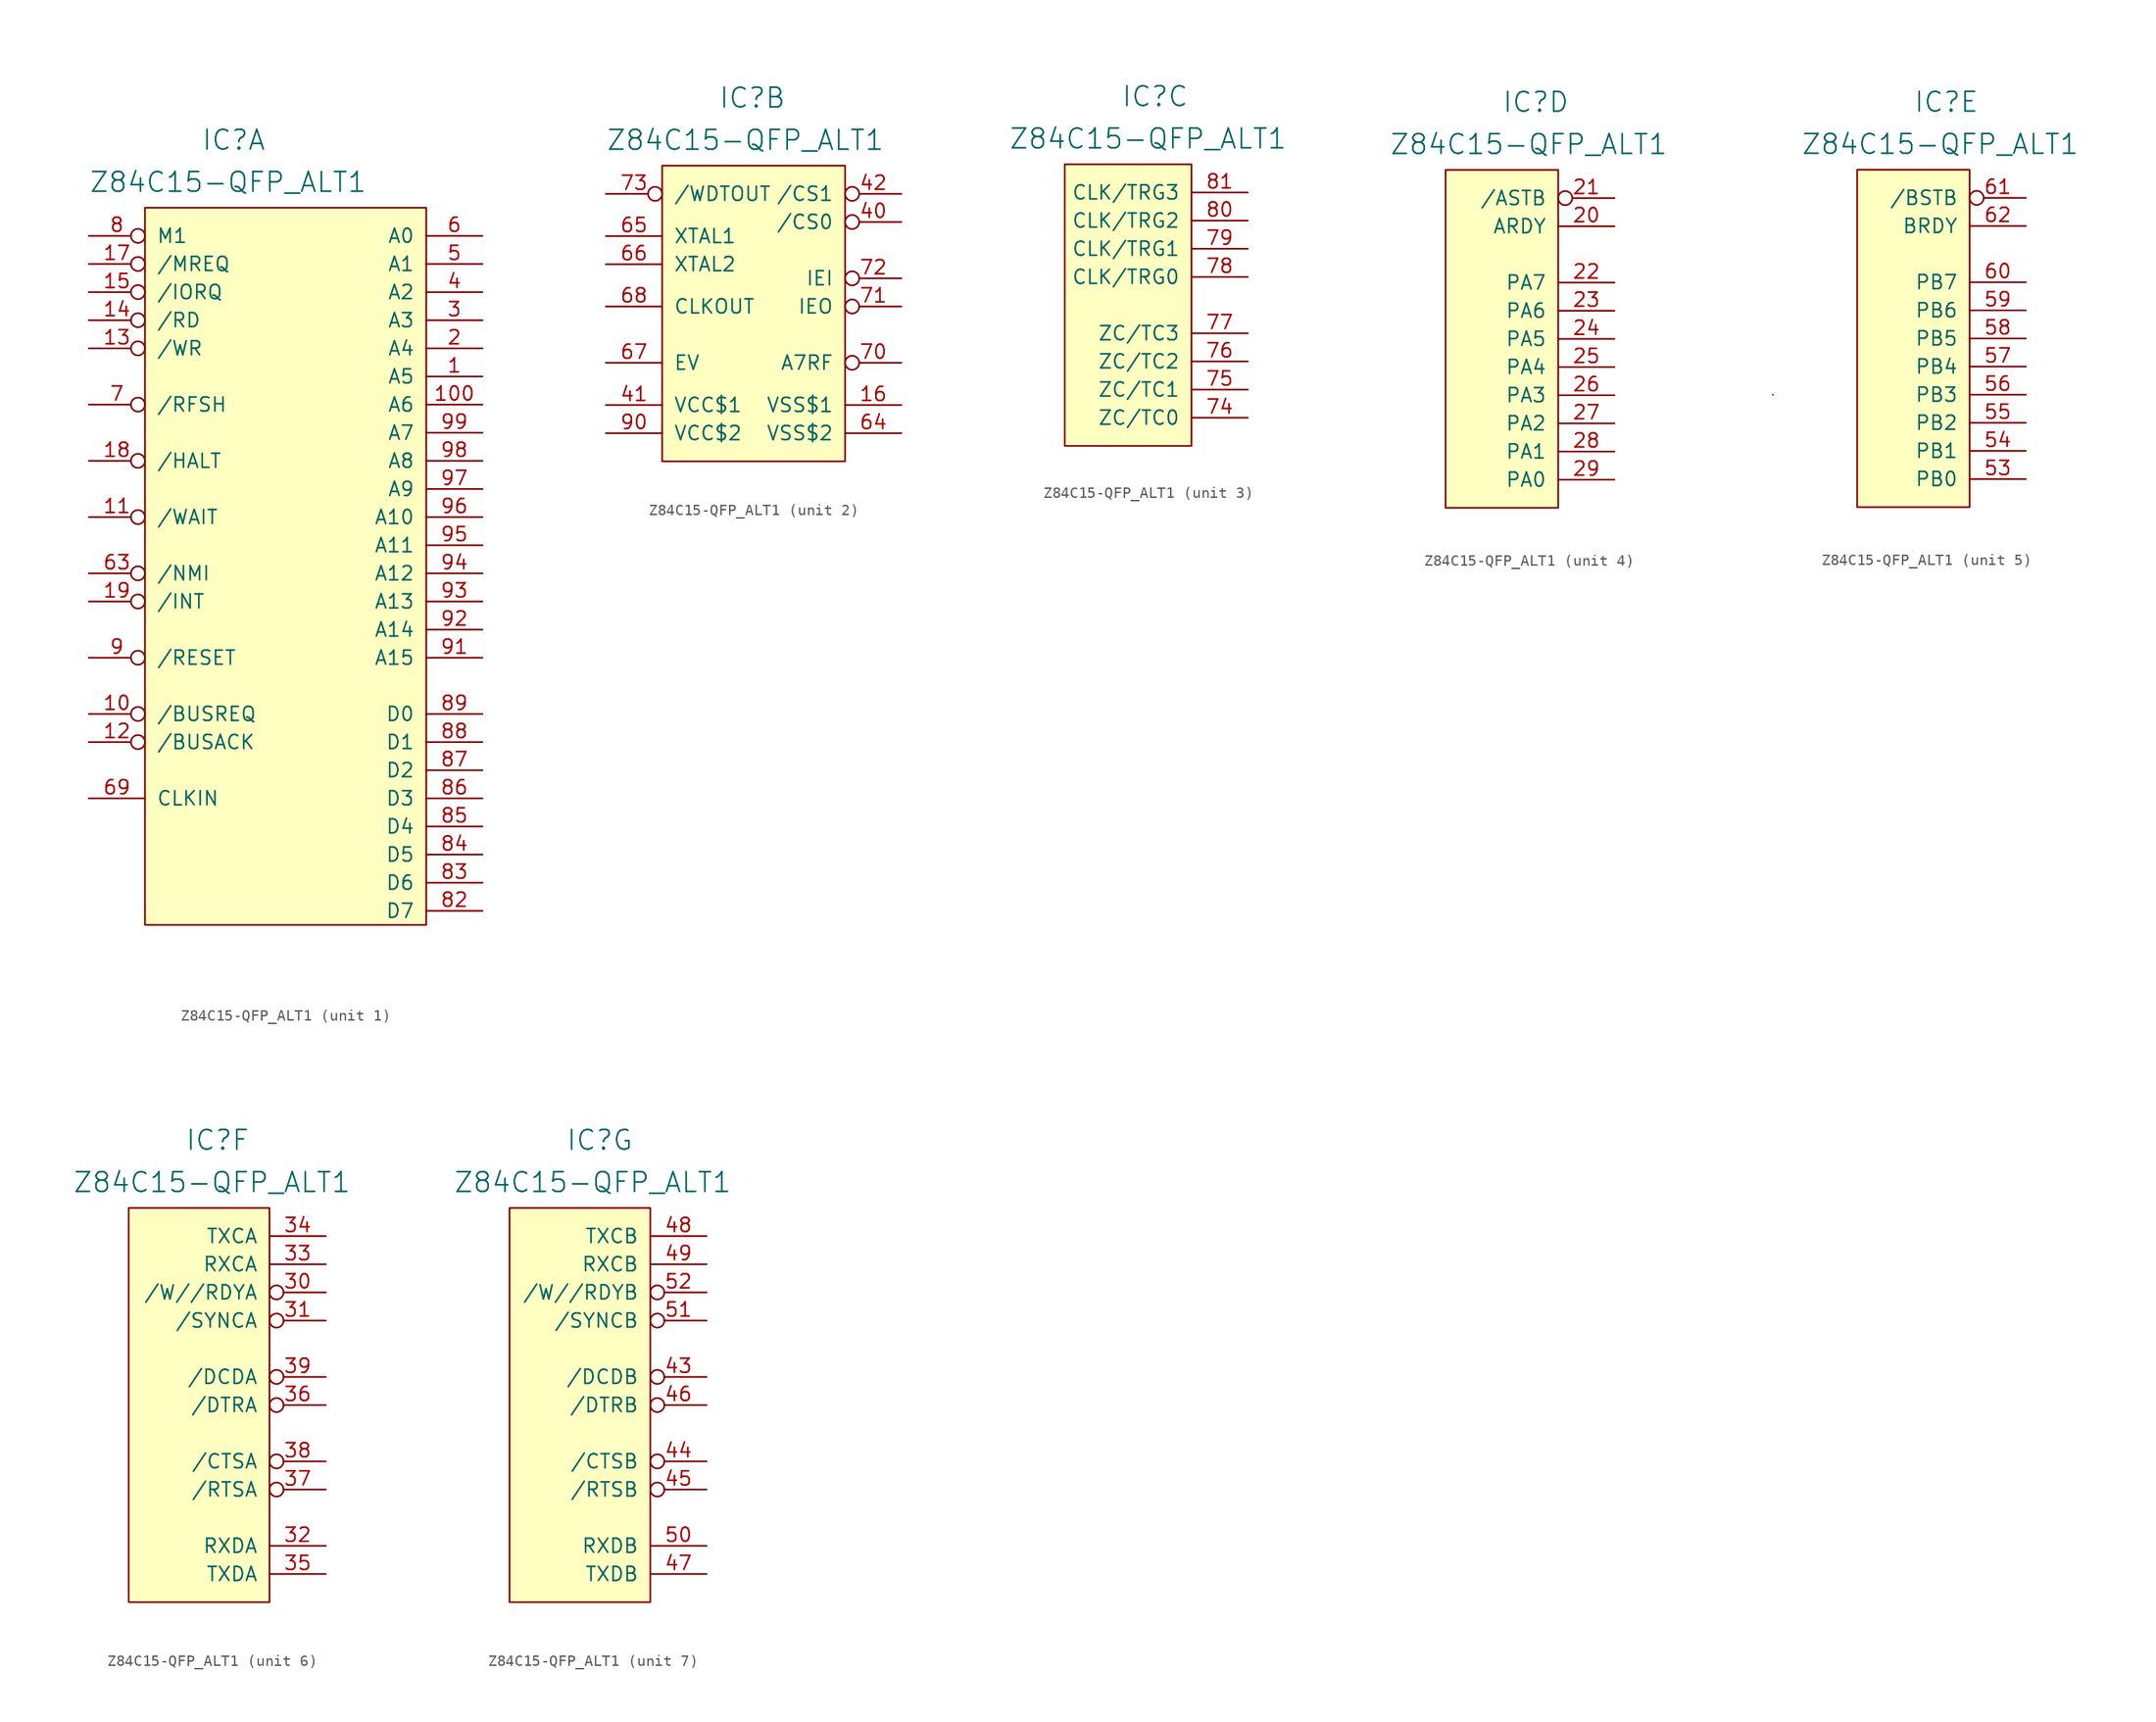
<source format=kicad_sym>
(kicad_symbol_lib
  (version 20211014)
  (generator kicad_symbol_editor)
  (symbol "Z84C15-QFP_ALT1"
    (pin_names
      (offset 1.016))
    (property "Reference" "IC"
      (at 5.08 5.08 0)
      (effects (font (size 1.778 1.778)) (justify left bottom)))
    (property "Value" "Z84C15-QFP_ALT1"
      (at -5.08 1.27 0)
      (effects (font (size 1.778 1.778)) (justify left bottom)))
    (property "ki_locked" ""
      (at 0 0 0)
      (effects (font (size 1.27 1.27))))
    (symbol "Z84C15-QFP_ALT1_1_0"
      (rectangle (start 0 0) (end 25.4 -64.77) (stroke (width 0) (type default) (color 0 0 0 0)) (fill (type background)))
      (pin output line (at 30.48 -15.24 180) (length 5.08) (name "A5" (effects (font (size 1.27 1.27)))) (number "1" (effects (font (size 1.27 1.27)))))
      (pin input inverted (at -5.08 -45.72 0) (length 5.08) (name "/BUSREQ" (effects (font (size 1.27 1.27)))) (number "10" (effects (font (size 1.27 1.27)))))
      (pin output line (at 30.48 -17.78 180) (length 5.08) (name "A6" (effects (font (size 1.27 1.27)))) (number "100" (effects (font (size 1.27 1.27)))))
      (pin bidirectional inverted (at -5.08 -27.94 0) (length 5.08) (name "/WAIT" (effects (font (size 1.27 1.27)))) (number "11" (effects (font (size 1.27 1.27)))))
      (pin tri_state inverted (at -5.08 -48.26 0) (length 5.08) (name "/BUSACK" (effects (font (size 1.27 1.27)))) (number "12" (effects (font (size 1.27 1.27)))))
      (pin output inverted (at -5.08 -12.7 0) (length 5.08) (name "/WR" (effects (font (size 1.27 1.27)))) (number "13" (effects (font (size 1.27 1.27)))))
      (pin output inverted (at -5.08 -10.16 0) (length 5.08) (name "/RD" (effects (font (size 1.27 1.27)))) (number "14" (effects (font (size 1.27 1.27)))))
      (pin output inverted (at -5.08 -7.62 0) (length 5.08) (name "/IORQ" (effects (font (size 1.27 1.27)))) (number "15" (effects (font (size 1.27 1.27)))))
      (pin output inverted (at -5.08 -5.08 0) (length 5.08) (name "/MREQ" (effects (font (size 1.27 1.27)))) (number "17" (effects (font (size 1.27 1.27)))))
      (pin tri_state inverted (at -5.08 -22.86 0) (length 5.08) (name "/HALT" (effects (font (size 1.27 1.27)))) (number "18" (effects (font (size 1.27 1.27)))))
      (pin open_collector inverted (at -5.08 -35.56 0) (length 5.08) (name "/INT" (effects (font (size 1.27 1.27)))) (number "19" (effects (font (size 1.27 1.27)))))
      (pin output line (at 30.48 -12.7 180) (length 5.08) (name "A4" (effects (font (size 1.27 1.27)))) (number "2" (effects (font (size 1.27 1.27)))))
      (pin output line (at 30.48 -10.16 180) (length 5.08) (name "A3" (effects (font (size 1.27 1.27)))) (number "3" (effects (font (size 1.27 1.27)))))
      (pin output line (at 30.48 -7.62 180) (length 5.08) (name "A2" (effects (font (size 1.27 1.27)))) (number "4" (effects (font (size 1.27 1.27)))))
      (pin output line (at 30.48 -5.08 180) (length 5.08) (name "A1" (effects (font (size 1.27 1.27)))) (number "5" (effects (font (size 1.27 1.27)))))
      (pin output line (at 30.48 -2.54 180) (length 5.08) (name "A0" (effects (font (size 1.27 1.27)))) (number "6" (effects (font (size 1.27 1.27)))))
      (pin input inverted (at -5.08 -33.02 0) (length 5.08) (name "/NMI" (effects (font (size 1.27 1.27)))) (number "63" (effects (font (size 1.27 1.27)))))
      (pin input line (at -5.08 -53.34 0) (length 5.08) (name "CLKIN" (effects (font (size 1.27 1.27)))) (number "69" (effects (font (size 1.27 1.27)))))
      (pin tri_state inverted (at -5.08 -17.78 0) (length 5.08) (name "/RFSH" (effects (font (size 1.27 1.27)))) (number "7" (effects (font (size 1.27 1.27)))))
      (pin output inverted (at -5.08 -2.54 0) (length 5.08) (name "M1" (effects (font (size 1.27 1.27)))) (number "8" (effects (font (size 1.27 1.27)))))
      (pin bidirectional line (at 30.48 -63.5 180) (length 5.08) (name "D7" (effects (font (size 1.27 1.27)))) (number "82" (effects (font (size 1.27 1.27)))))
      (pin bidirectional line (at 30.48 -60.96 180) (length 5.08) (name "D6" (effects (font (size 1.27 1.27)))) (number "83" (effects (font (size 1.27 1.27)))))
      (pin bidirectional line (at 30.48 -58.42 180) (length 5.08) (name "D5" (effects (font (size 1.27 1.27)))) (number "84" (effects (font (size 1.27 1.27)))))
      (pin bidirectional line (at 30.48 -55.88 180) (length 5.08) (name "D4" (effects (font (size 1.27 1.27)))) (number "85" (effects (font (size 1.27 1.27)))))
      (pin bidirectional line (at 30.48 -53.34 180) (length 5.08) (name "D3" (effects (font (size 1.27 1.27)))) (number "86" (effects (font (size 1.27 1.27)))))
      (pin bidirectional line (at 30.48 -50.8 180) (length 5.08) (name "D2" (effects (font (size 1.27 1.27)))) (number "87" (effects (font (size 1.27 1.27)))))
      (pin bidirectional line (at 30.48 -48.26 180) (length 5.08) (name "D1" (effects (font (size 1.27 1.27)))) (number "88" (effects (font (size 1.27 1.27)))))
      (pin bidirectional line (at 30.48 -45.72 180) (length 5.08) (name "D0" (effects (font (size 1.27 1.27)))) (number "89" (effects (font (size 1.27 1.27)))))
      (pin open_collector inverted (at -5.08 -40.64 0) (length 5.08) (name "/RESET" (effects (font (size 1.27 1.27)))) (number "9" (effects (font (size 1.27 1.27)))))
      (pin output line (at 30.48 -40.64 180) (length 5.08) (name "A15" (effects (font (size 1.27 1.27)))) (number "91" (effects (font (size 1.27 1.27)))))
      (pin output line (at 30.48 -38.1 180) (length 5.08) (name "A14" (effects (font (size 1.27 1.27)))) (number "92" (effects (font (size 1.27 1.27)))))
      (pin output line (at 30.48 -35.56 180) (length 5.08) (name "A13" (effects (font (size 1.27 1.27)))) (number "93" (effects (font (size 1.27 1.27)))))
      (pin output line (at 30.48 -33.02 180) (length 5.08) (name "A12" (effects (font (size 1.27 1.27)))) (number "94" (effects (font (size 1.27 1.27)))))
      (pin output line (at 30.48 -30.48 180) (length 5.08) (name "A11" (effects (font (size 1.27 1.27)))) (number "95" (effects (font (size 1.27 1.27)))))
      (pin output line (at 30.48 -27.94 180) (length 5.08) (name "A10" (effects (font (size 1.27 1.27)))) (number "96" (effects (font (size 1.27 1.27)))))
      (pin output line (at 30.48 -25.4 180) (length 5.08) (name "A9" (effects (font (size 1.27 1.27)))) (number "97" (effects (font (size 1.27 1.27)))))
      (pin output line (at 30.48 -22.86 180) (length 5.08) (name "A8" (effects (font (size 1.27 1.27)))) (number "98" (effects (font (size 1.27 1.27)))))
      (pin output line (at 30.48 -20.32 180) (length 5.08) (name "A7" (effects (font (size 1.27 1.27)))) (number "99" (effects (font (size 1.27 1.27))))))
    (symbol "Z84C15-QFP_ALT1_2_0"
      (rectangle (start 0 0) (end 16.51 -26.67) (stroke (width 0) (type default) (color 0 0 0 0)) (fill (type background)))
      (pin power_in line (at 21.59 -21.59 180) (length 5.08) (name "VSS$1" (effects (font (size 1.27 1.27)))) (number "16" (effects (font (size 1.27 1.27)))))
      (pin output inverted (at 21.59 -5.08 180) (length 5.08) (name "/CS0" (effects (font (size 1.27 1.27)))) (number "40" (effects (font (size 1.27 1.27)))))
      (pin power_in line (at -5.08 -21.59 0) (length 5.08) (name "VCC$1" (effects (font (size 1.27 1.27)))) (number "41" (effects (font (size 1.27 1.27)))))
      (pin output inverted (at 21.59 -2.54 180) (length 5.08) (name "/CS1" (effects (font (size 1.27 1.27)))) (number "42" (effects (font (size 1.27 1.27)))))
      (pin power_in line (at 21.59 -24.13 180) (length 5.08) (name "VSS$2" (effects (font (size 1.27 1.27)))) (number "64" (effects (font (size 1.27 1.27)))))
      (pin input line (at -5.08 -6.35 0) (length 5.08) (name "XTAL1" (effects (font (size 1.27 1.27)))) (number "65" (effects (font (size 1.27 1.27)))))
      (pin output line (at -5.08 -8.89 0) (length 5.08) (name "XTAL2" (effects (font (size 1.27 1.27)))) (number "66" (effects (font (size 1.27 1.27)))))
      (pin input line (at -5.08 -17.78 0) (length 5.08) (name "EV" (effects (font (size 1.27 1.27)))) (number "67" (effects (font (size 1.27 1.27)))))
      (pin output line (at -5.08 -12.7 0) (length 5.08) (name "CLKOUT" (effects (font (size 1.27 1.27)))) (number "68" (effects (font (size 1.27 1.27)))))
      (pin output inverted (at 21.59 -17.78 180) (length 5.08) (name "A7RF" (effects (font (size 1.27 1.27)))) (number "70" (effects (font (size 1.27 1.27)))))
      (pin output inverted (at 21.59 -12.7 180) (length 5.08) (name "IEO" (effects (font (size 1.27 1.27)))) (number "71" (effects (font (size 1.27 1.27)))))
      (pin input inverted (at 21.59 -10.16 180) (length 5.08) (name "IEI" (effects (font (size 1.27 1.27)))) (number "72" (effects (font (size 1.27 1.27)))))
      (pin open_collector inverted (at -5.08 -2.54 0) (length 5.08) (name "/WDTOUT" (effects (font (size 1.27 1.27)))) (number "73" (effects (font (size 1.27 1.27)))))
      (pin power_in line (at -5.08 -24.13 0) (length 5.08) (name "VCC$2" (effects (font (size 1.27 1.27)))) (number "90" (effects (font (size 1.27 1.27))))))
    (symbol "Z84C15-QFP_ALT1_3_0"
      (rectangle (start 0 0) (end 11.43 -25.4) (stroke (width 0) (type default) (color 0 0 0 0)) (fill (type background)))
      (pin output line (at 16.51 -22.86 180) (length 5.08) (name "ZC/TC0" (effects (font (size 1.27 1.27)))) (number "74" (effects (font (size 1.27 1.27)))))
      (pin output line (at 16.51 -20.32 180) (length 5.08) (name "ZC/TC1" (effects (font (size 1.27 1.27)))) (number "75" (effects (font (size 1.27 1.27)))))
      (pin output line (at 16.51 -17.78 180) (length 5.08) (name "ZC/TC2" (effects (font (size 1.27 1.27)))) (number "76" (effects (font (size 1.27 1.27)))))
      (pin output line (at 16.51 -15.24 180) (length 5.08) (name "ZC/TC3" (effects (font (size 1.27 1.27)))) (number "77" (effects (font (size 1.27 1.27)))))
      (pin input line (at 16.51 -10.16 180) (length 5.08) (name "CLK/TRG0" (effects (font (size 1.27 1.27)))) (number "78" (effects (font (size 1.27 1.27)))))
      (pin input line (at 16.51 -7.62 180) (length 5.08) (name "CLK/TRG1" (effects (font (size 1.27 1.27)))) (number "79" (effects (font (size 1.27 1.27)))))
      (pin input line (at 16.51 -5.08 180) (length 5.08) (name "CLK/TRG2" (effects (font (size 1.27 1.27)))) (number "80" (effects (font (size 1.27 1.27)))))
      (pin input line (at 16.51 -2.54 180) (length 5.08) (name "CLK/TRG3" (effects (font (size 1.27 1.27)))) (number "81" (effects (font (size 1.27 1.27))))))
    (symbol "Z84C15-QFP_ALT1_4_0"
      (rectangle (start 0 0) (end 10.16 -30.48) (stroke (width 0) (type default) (color 0 0 0 0)) (fill (type background)))
      (pin output line (at 15.24 -5.08 180) (length 5.08) (name "ARDY" (effects (font (size 1.27 1.27)))) (number "20" (effects (font (size 1.27 1.27)))))
      (pin input inverted (at 15.24 -2.54 180) (length 5.08) (name "/ASTB" (effects (font (size 1.27 1.27)))) (number "21" (effects (font (size 1.27 1.27)))))
      (pin tri_state line (at 15.24 -10.16 180) (length 5.08) (name "PA7" (effects (font (size 1.27 1.27)))) (number "22" (effects (font (size 1.27 1.27)))))
      (pin tri_state line (at 15.24 -12.7 180) (length 5.08) (name "PA6" (effects (font (size 1.27 1.27)))) (number "23" (effects (font (size 1.27 1.27)))))
      (pin tri_state line (at 15.24 -15.24 180) (length 5.08) (name "PA5" (effects (font (size 1.27 1.27)))) (number "24" (effects (font (size 1.27 1.27)))))
      (pin tri_state line (at 15.24 -17.78 180) (length 5.08) (name "PA4" (effects (font (size 1.27 1.27)))) (number "25" (effects (font (size 1.27 1.27)))))
      (pin tri_state line (at 15.24 -20.32 180) (length 5.08) (name "PA3" (effects (font (size 1.27 1.27)))) (number "26" (effects (font (size 1.27 1.27)))))
      (pin tri_state line (at 15.24 -22.86 180) (length 5.08) (name "PA2" (effects (font (size 1.27 1.27)))) (number "27" (effects (font (size 1.27 1.27)))))
      (pin tri_state line (at 15.24 -25.4 180) (length 5.08) (name "PA1" (effects (font (size 1.27 1.27)))) (number "28" (effects (font (size 1.27 1.27)))))
      (pin tri_state line (at 15.24 -27.94 180) (length 5.08) (name "PA0" (effects (font (size 1.27 1.27)))) (number "29" (effects (font (size 1.27 1.27))))))
    (symbol "Z84C15-QFP_ALT1_5_0"
      (rectangle (start -7.62 -20.32) (end -7.62 -20.32) (stroke (width 0) (type default) (color 0 0 0 0)) (fill (type none)))
      (rectangle (start 10.16 -30.48) (end 0 0) (stroke (width 0) (type default) (color 0 0 0 0)) (fill (type background)))
      (pin tri_state line (at 15.24 -27.94 180) (length 5.08) (name "PB0" (effects (font (size 1.27 1.27)))) (number "53" (effects (font (size 1.27 1.27)))))
      (pin tri_state line (at 15.24 -25.4 180) (length 5.08) (name "PB1" (effects (font (size 1.27 1.27)))) (number "54" (effects (font (size 1.27 1.27)))))
      (pin tri_state line (at 15.24 -22.86 180) (length 5.08) (name "PB2" (effects (font (size 1.27 1.27)))) (number "55" (effects (font (size 1.27 1.27)))))
      (pin tri_state line (at 15.24 -20.32 180) (length 5.08) (name "PB3" (effects (font (size 1.27 1.27)))) (number "56" (effects (font (size 1.27 1.27)))))
      (pin tri_state line (at 15.24 -17.78 180) (length 5.08) (name "PB4" (effects (font (size 1.27 1.27)))) (number "57" (effects (font (size 1.27 1.27)))))
      (pin tri_state line (at 15.24 -15.24 180) (length 5.08) (name "PB5" (effects (font (size 1.27 1.27)))) (number "58" (effects (font (size 1.27 1.27)))))
      (pin tri_state line (at 15.24 -12.7 180) (length 5.08) (name "PB6" (effects (font (size 1.27 1.27)))) (number "59" (effects (font (size 1.27 1.27)))))
      (pin tri_state line (at 15.24 -10.16 180) (length 5.08) (name "PB7" (effects (font (size 1.27 1.27)))) (number "60" (effects (font (size 1.27 1.27)))))
      (pin input inverted (at 15.24 -2.54 180) (length 5.08) (name "/BSTB" (effects (font (size 1.27 1.27)))) (number "61" (effects (font (size 1.27 1.27)))))
      (pin output line (at 15.24 -5.08 180) (length 5.08) (name "BRDY" (effects (font (size 1.27 1.27)))) (number "62" (effects (font (size 1.27 1.27))))))
    (symbol "Z84C15-QFP_ALT1_6_0"
      (pin output inverted (at 17.78 -7.62 180) (length 5.08) (name "/W//RDYA" (effects (font (size 1.27 1.27)))) (number "30" (effects (font (size 1.27 1.27)))))
      (pin bidirectional inverted (at 17.78 -10.16 180) (length 5.08) (name "/SYNCA" (effects (font (size 1.27 1.27)))) (number "31" (effects (font (size 1.27 1.27)))))
      (pin input line (at 17.78 -30.48 180) (length 5.08) (name "RXDA" (effects (font (size 1.27 1.27)))) (number "32" (effects (font (size 1.27 1.27)))))
      (pin input line (at 17.78 -5.08 180) (length 5.08) (name "RXCA" (effects (font (size 1.27 1.27)))) (number "33" (effects (font (size 1.27 1.27)))))
      (pin input line (at 17.78 -2.54 180) (length 5.08) (name "TXCA" (effects (font (size 1.27 1.27)))) (number "34" (effects (font (size 1.27 1.27)))))
      (pin output line (at 17.78 -33.02 180) (length 5.08) (name "TXDA" (effects (font (size 1.27 1.27)))) (number "35" (effects (font (size 1.27 1.27)))))
      (pin output inverted (at 17.78 -17.78 180) (length 5.08) (name "/DTRA" (effects (font (size 1.27 1.27)))) (number "36" (effects (font (size 1.27 1.27)))))
      (pin output inverted (at 17.78 -25.4 180) (length 5.08) (name "/RTSA" (effects (font (size 1.27 1.27)))) (number "37" (effects (font (size 1.27 1.27)))))
      (pin input inverted (at 17.78 -22.86 180) (length 5.08) (name "/CTSA" (effects (font (size 1.27 1.27)))) (number "38" (effects (font (size 1.27 1.27)))))
      (pin input inverted (at 17.78 -15.24 180) (length 5.08) (name "/DCDA" (effects (font (size 1.27 1.27)))) (number "39" (effects (font (size 1.27 1.27))))))
    (symbol "Z84C15-QFP_ALT1_6_1"
      (rectangle (start 12.7 -35.56) (end 0 0) (stroke (width 0) (type default) (color 0 0 0 0)) (fill (type background))))
    (symbol "Z84C15-QFP_ALT1_7_0"
      (pin input inverted (at 17.78 -15.24 180) (length 5.08) (name "/DCDB" (effects (font (size 1.27 1.27)))) (number "43" (effects (font (size 1.27 1.27)))))
      (pin input inverted (at 17.78 -22.86 180) (length 5.08) (name "/CTSB" (effects (font (size 1.27 1.27)))) (number "44" (effects (font (size 1.27 1.27)))))
      (pin output inverted (at 17.78 -25.4 180) (length 5.08) (name "/RTSB" (effects (font (size 1.27 1.27)))) (number "45" (effects (font (size 1.27 1.27)))))
      (pin output inverted (at 17.78 -17.78 180) (length 5.08) (name "/DTRB" (effects (font (size 1.27 1.27)))) (number "46" (effects (font (size 1.27 1.27)))))
      (pin output line (at 17.78 -33.02 180) (length 5.08) (name "TXDB" (effects (font (size 1.27 1.27)))) (number "47" (effects (font (size 1.27 1.27)))))
      (pin input line (at 17.78 -2.54 180) (length 5.08) (name "TXCB" (effects (font (size 1.27 1.27)))) (number "48" (effects (font (size 1.27 1.27)))))
      (pin input line (at 17.78 -5.08 180) (length 5.08) (name "RXCB" (effects (font (size 1.27 1.27)))) (number "49" (effects (font (size 1.27 1.27)))))
      (pin input line (at 17.78 -30.48 180) (length 5.08) (name "RXDB" (effects (font (size 1.27 1.27)))) (number "50" (effects (font (size 1.27 1.27)))))
      (pin bidirectional inverted (at 17.78 -10.16 180) (length 5.08) (name "/SYNCB" (effects (font (size 1.27 1.27)))) (number "51" (effects (font (size 1.27 1.27)))))
      (pin output inverted (at 17.78 -7.62 180) (length 5.08) (name "/W//RDYB" (effects (font (size 1.27 1.27)))) (number "52" (effects (font (size 1.27 1.27))))))
    (symbol "Z84C15-QFP_ALT1_7_1"
      (rectangle (start 12.7 -35.56) (end 0 0) (stroke (width 0) (type default) (color 0 0 0 0)) (fill (type background))))))
</source>
